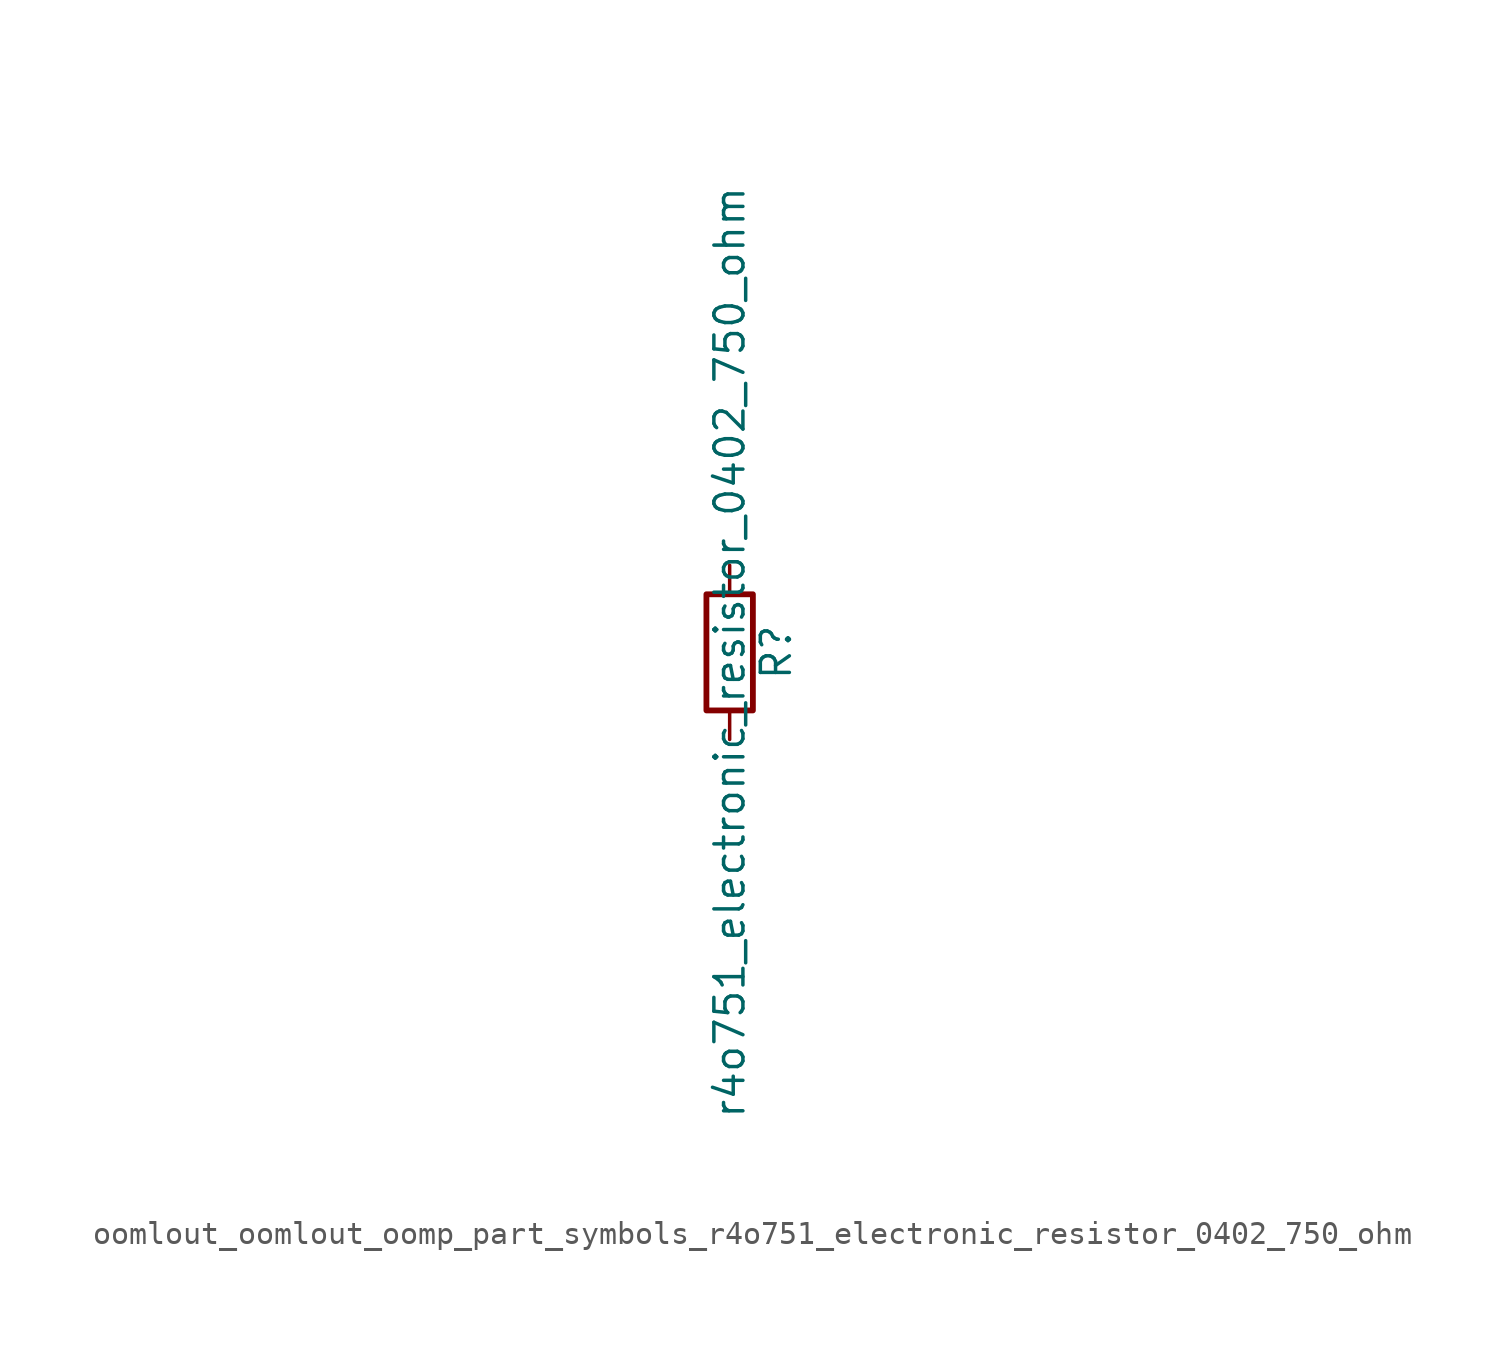
<source format=kicad_sym>
(kicad_symbol_lib
  (version 20220914)
  (generator kicad_symbol_editor)
  (symbol "oomlout_oomlout_oomp_part_symbols_r4o751_electronic_resistor_0402_750_ohm"
    (pin_numbers hide)
    (pin_names
      (offset 0))
    (property "Reference" "R"
      (at 2.032 0 90)
      (effects (font (size 1.27 1.27))))
    (property "Value" "r4o751_electronic_resistor_0402_750_ohm"
      (at 0 0 90)
      (effects (font (size 1.27 1.27))))
    (symbol "oomlout_oomlout_oomp_part_symbols_r4o751_electronic_resistor_0402_750_ohm_0_1"
      (rectangle (start -1.016 -2.54) (end 1.016 2.54) (stroke (width 0.254) (type default)) (fill (type none))))
    (symbol "oomlout_oomlout_oomp_part_symbols_r4o751_electronic_resistor_0402_750_ohm_1_1"
      (pin passive line (at 0 3.81 270) (length 1.27) (name "~" (effects (font (size 1.27 1.27)))) (number "1" (effects (font (size 1.27 1.27)))))
      (pin passive line (at 0 -3.81 90) (length 1.27) (name "~" (effects (font (size 1.27 1.27)))) (number "2" (effects (font (size 1.27 1.27))))))))
</source>
